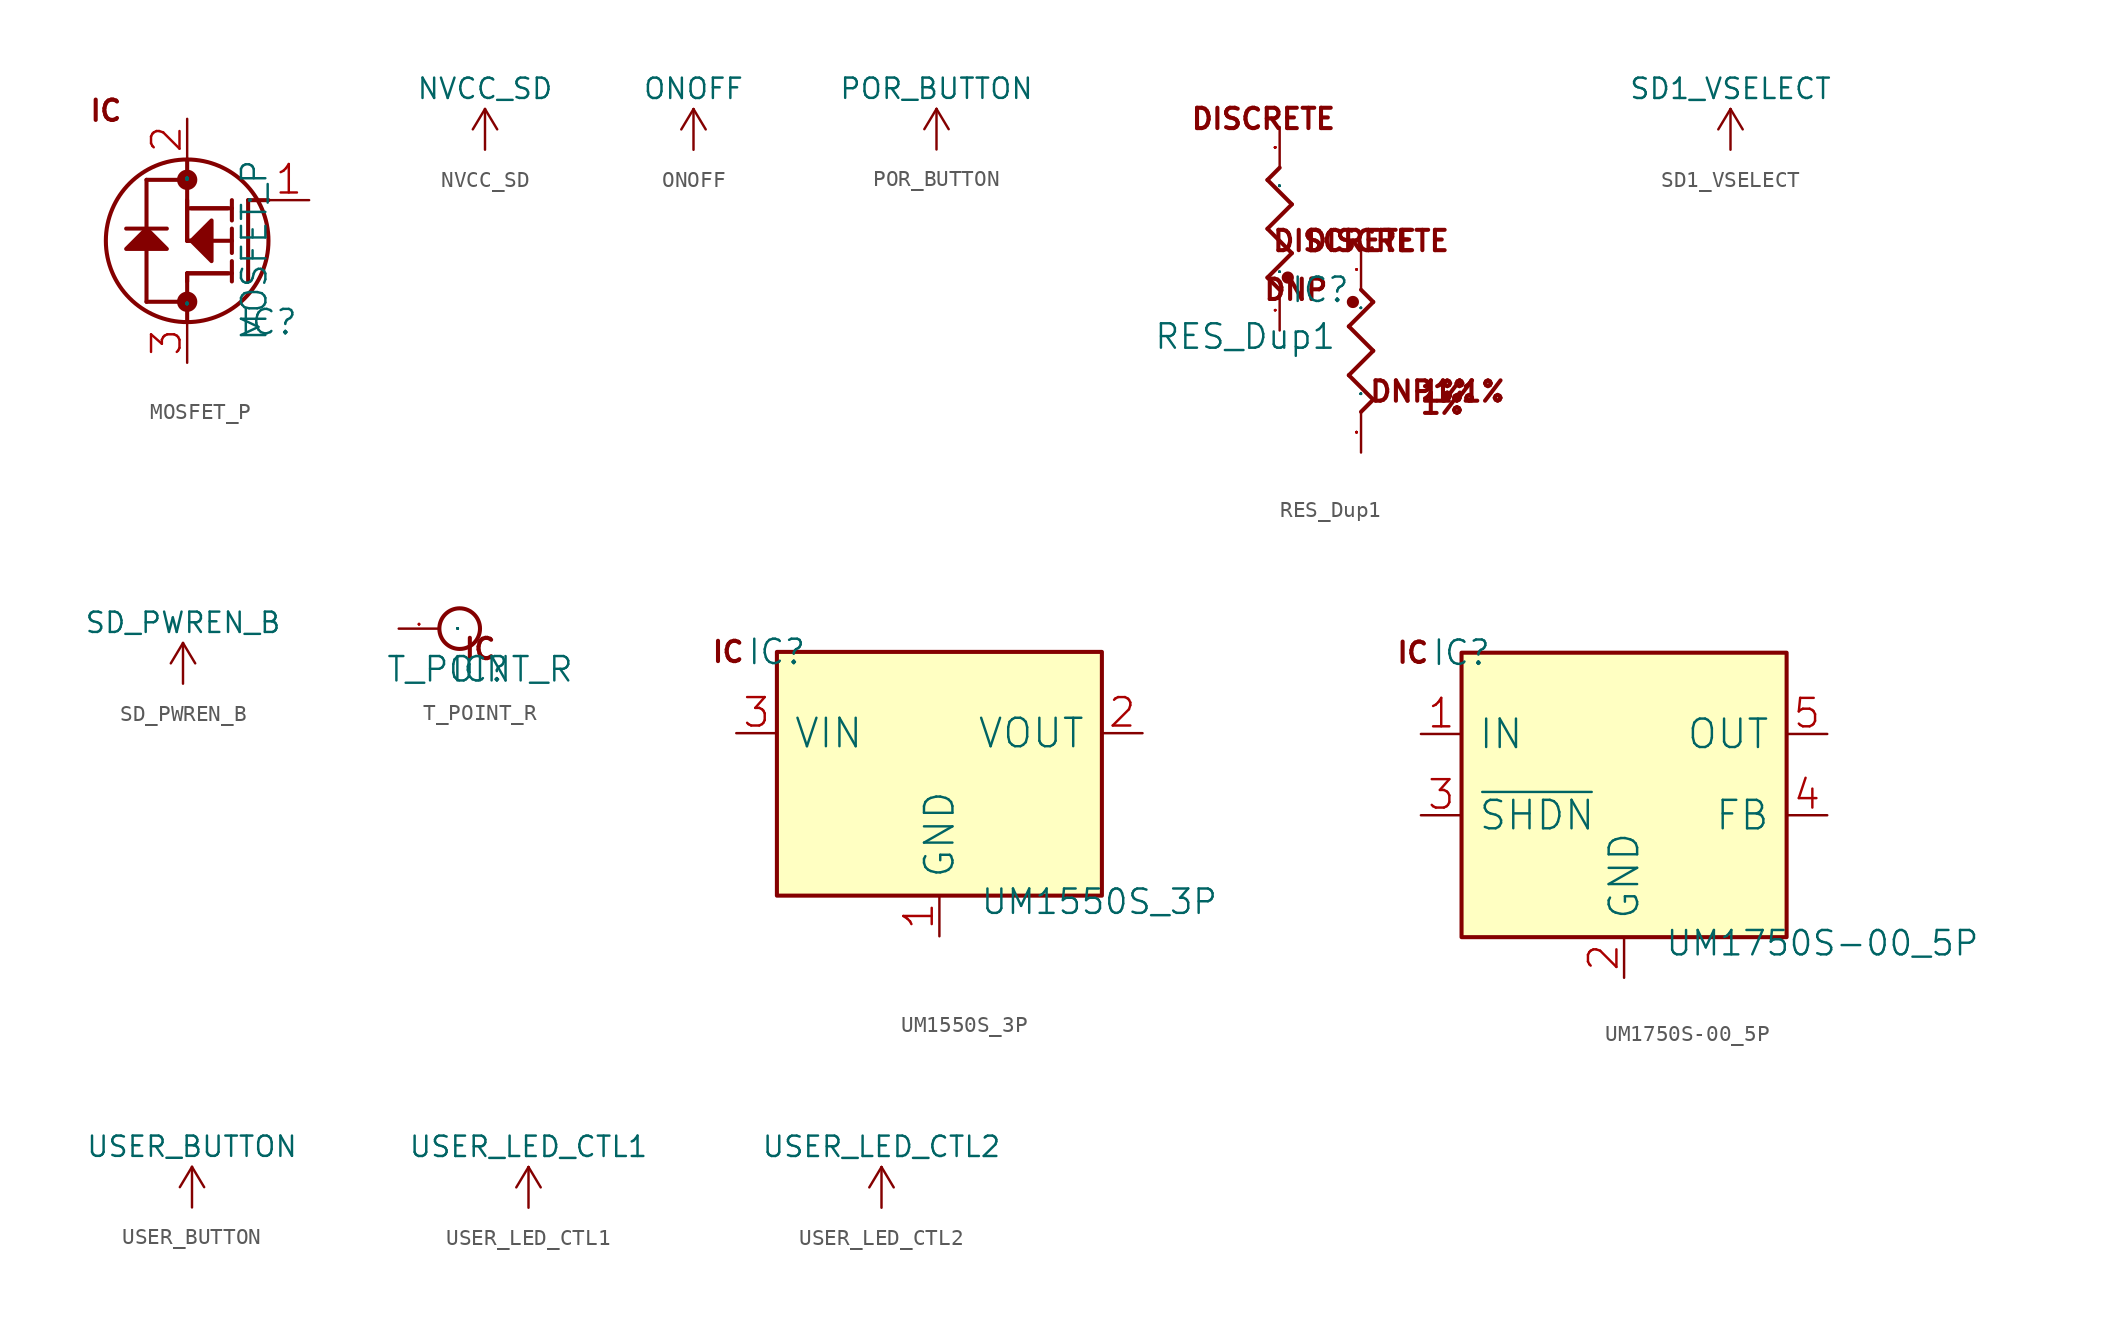
<source format=kicad_sym>
(kicad_symbol_lib
  (version 20220914)
  (generator kicad_symbol_editor)
  (symbol "MOSFET_P"
    (pin_names
      (offset 1.016))
    (property "Reference" "IC"
      (at 0 0 0)
      (effects (font (size 1.524 1.524))))
    (property "Value" "MOSFET_P"
      (at 0 -1.27 90)
      (effects (font (size 1.524 1.524)) (justify left bottom)))
    (property "Footprint" ""
      (at 0 0 0)
      (effects (font (size 1.524 1.524))))
    (property "Datasheet" ""
      (at 0 0 0)
      (effects (font (size 1.524 1.524))))
    (symbol "MOSFET_P_0_1"
      (circle (center -5.08 1.27) (radius 0.508) (stroke (width 0.254) (type solid)) (fill (type outline)))
      (circle (center -5.08 5.08) (radius 5.08) (stroke (width 0.254) (type solid)) (fill (type none)))
      (circle (center -5.08 8.89) (radius 0.508) (stroke (width 0.254) (type solid)) (fill (type outline)))
      (polyline (pts (xy -8.89 5.842) (xy -6.35 5.842)) (stroke (width 0.254) (type solid)) (fill (type none)))
      (polyline (pts (xy -7.62 1.27) (xy -7.62 4.572)) (stroke (width 0.254) (type solid)) (fill (type none)))
      (polyline (pts (xy -7.62 5.842) (xy -7.62 8.89)) (stroke (width 0.254) (type solid)) (fill (type none)))
      (polyline (pts (xy -5.08 0) (xy -5.08 3.048)) (stroke (width 0.254) (type solid)) (fill (type none)))
      (polyline (pts (xy -5.08 1.27) (xy -7.62 1.27)) (stroke (width 0.254) (type solid)) (fill (type none)))
      (polyline (pts (xy -5.08 2.54) (xy -5.08 3.048)) (stroke (width 0.254) (type solid)) (fill (type none)))
      (polyline (pts (xy -5.08 3.048) (xy -2.54 3.048)) (stroke (width 0.254) (type solid)) (fill (type none)))
      (polyline (pts (xy -5.08 3.048) (xy -2.286 3.048)) (stroke (width 0.254) (type solid)) (fill (type none)))
      (polyline (pts (xy -5.08 5.08) (xy -5.08 7.62)) (stroke (width 0.254) (type solid)) (fill (type none)))
      (polyline (pts (xy -5.08 5.08) (xy -5.08 10.16)) (stroke (width 0.254) (type solid)) (fill (type none)))
      (polyline (pts (xy -5.08 8.89) (xy -7.62 8.89)) (stroke (width 0.254) (type solid)) (fill (type none)))
      (polyline (pts (xy -4.064 5.08) (xy -5.08 5.08)) (stroke (width 0.254) (type solid)) (fill (type none)))
      (polyline (pts (xy -2.54 7.112) (xy -4.826 7.112)) (stroke (width 0.254) (type solid)) (fill (type none)))
      (polyline (pts (xy -2.286 2.54) (xy -2.286 3.81)) (stroke (width 0.254) (type solid)) (fill (type none)))
      (polyline (pts (xy -2.286 4.318) (xy -2.286 5.842)) (stroke (width 0.254) (type solid)) (fill (type none)))
      (polyline (pts (xy -2.286 5.08) (xy -5.08 5.08)) (stroke (width 0.254) (type solid)) (fill (type none)))
      (polyline (pts (xy -2.286 6.35) (xy -2.286 7.62)) (stroke (width 0.254) (type solid)) (fill (type none)))
      (polyline (pts (xy -2.286 7.112) (xy -5.08 7.112)) (stroke (width 0.254) (type solid)) (fill (type none)))
      (polyline (pts (xy -1.27 7.62) (xy -1.27 2.54)) (stroke (width 0.254) (type solid)) (fill (type none)))
      (polyline (pts (xy 0 7.62) (xy -1.27 7.62)) (stroke (width 0.254) (type solid)) (fill (type none)))
      (polyline (pts (xy -7.62 5.842) (xy -6.35 4.572) (xy -8.89 4.572) (xy -7.62 5.842) (xy -7.62 5.842)) (stroke (width 0.254) (type solid)) (fill (type outline)))
      (polyline (pts (xy -4.826 5.08) (xy -3.556 6.35) (xy -3.556 3.81) (xy -4.826 5.08) (xy -4.826 5.08)) (stroke (width 0.254) (type solid)) (fill (type outline)))
      (pin passive line (at 2.54 7.62 180) (length 2.54) (name "GATE" (effects (font (size 0.025 0.025)))) (number "1" (effects (font (size 1.778 1.778)))))
      (pin passive line (at -5.08 12.7 270) (length 2.54) (name "SOURCE" (effects (font (size 0.025 0.025)))) (number "2" (effects (font (size 1.778 1.778)))))
      (pin passive line (at -5.08 -2.54 90) (length 2.54) (name "DRAIN" (effects (font (size 0.025 0.025)))) (number "3" (effects (font (size 1.778 1.778))))))
    (symbol "MOSFET_P_1_1"
      (text "IC" (at -10.16 13.208 0) (effects (font (size 1.27 1.27) bold)))))
  (symbol "NVCC_SD"
    (power)
    (pin_names
      (offset 0))
    (property "Reference" "#PWR"
      (at 0 -3.81 0)
      (effects (font (size 1.27 1.27)) hide))
    (property "Value" "NVCC_SD"
      (at 0 3.81 0)
      (effects (font (size 1.27 1.27))))
    (property "Footprint" ""
      (at 0 0 0)
      (effects (font (size 1.524 1.524))))
    (property "Datasheet" ""
      (at 0 0 0)
      (effects (font (size 1.524 1.524))))
    (symbol "NVCC_SD_0_1"
      (polyline (pts (xy -0.762 1.27) (xy 0 2.54)) (stroke (width 0) (type solid)) (fill (type none)))
      (polyline (pts (xy 0 0) (xy 0 2.54)) (stroke (width 0) (type solid)) (fill (type none)))
      (polyline (pts (xy 0 2.54) (xy 0.762 1.27)) (stroke (width 0) (type solid)) (fill (type none))))
    (symbol "NVCC_SD_1_1"
      (pin power_in line (at 0 0 90) (length 0) hide (name "NVCC_SD" (effects (font (size 1.27 1.27)))) (number "1" (effects (font (size 1.27 1.27)))))))
  (symbol "ONOFF"
    (power)
    (pin_names
      (offset 0))
    (property "Reference" "#PWR"
      (at 0 -3.81 0)
      (effects (font (size 1.27 1.27)) hide))
    (property "Value" "ONOFF"
      (at 0 3.81 0)
      (effects (font (size 1.27 1.27))))
    (property "Footprint" ""
      (at 0 0 0)
      (effects (font (size 1.524 1.524))))
    (property "Datasheet" ""
      (at 0 0 0)
      (effects (font (size 1.524 1.524))))
    (symbol "ONOFF_0_1"
      (polyline (pts (xy -0.762 1.27) (xy 0 2.54)) (stroke (width 0) (type solid)) (fill (type none)))
      (polyline (pts (xy 0 0) (xy 0 2.54)) (stroke (width 0) (type solid)) (fill (type none)))
      (polyline (pts (xy 0 2.54) (xy 0.762 1.27)) (stroke (width 0) (type solid)) (fill (type none))))
    (symbol "ONOFF_1_1"
      (pin power_in line (at 0 0 90) (length 0) hide (name "ONOFF" (effects (font (size 1.27 1.27)))) (number "1" (effects (font (size 1.27 1.27)))))))
  (symbol "POR_BUTTON"
    (power)
    (pin_names
      (offset 0))
    (property "Reference" "#PWR"
      (at 0 -3.81 0)
      (effects (font (size 1.27 1.27)) hide))
    (property "Value" "POR_BUTTON"
      (at 0 3.81 0)
      (effects (font (size 1.27 1.27))))
    (property "Footprint" ""
      (at 0 0 0)
      (effects (font (size 1.524 1.524))))
    (property "Datasheet" ""
      (at 0 0 0)
      (effects (font (size 1.524 1.524))))
    (symbol "POR_BUTTON_0_1"
      (polyline (pts (xy -0.762 1.27) (xy 0 2.54)) (stroke (width 0) (type solid)) (fill (type none)))
      (polyline (pts (xy 0 0) (xy 0 2.54)) (stroke (width 0) (type solid)) (fill (type none)))
      (polyline (pts (xy 0 2.54) (xy 0.762 1.27)) (stroke (width 0) (type solid)) (fill (type none))))
    (symbol "POR_BUTTON_1_1"
      (pin power_in line (at 0 0 90) (length 0) hide (name "POR_BUTTON" (effects (font (size 1.27 1.27)))) (number "1" (effects (font (size 1.27 1.27)))))))
  (symbol "RES_Dup1"
    (pin_names
      (offset 1.016))
    (property "Reference" "IC"
      (at 0 0 0)
      (effects (font (size 1.524 1.524))))
    (property "Value" "RES_Dup1"
      (at -10.414 -3.81 0)
      (effects (font (size 1.524 1.524)) (justify left bottom)))
    (property "Footprint" ""
      (at 0 0 0)
      (effects (font (size 1.524 1.524))))
    (property "Datasheet" ""
      (at 0 0 0)
      (effects (font (size 1.524 1.524))))
    (symbol "RES_Dup1_0_1"
      (circle (center -2.032 0.762) (radius 0.254) (stroke (width 0.254) (type solid)) (fill (type outline)))
      (polyline (pts (xy -3.302 0.762) (xy -1.778 2.286)) (stroke (width 0.254) (type solid)) (fill (type none)))
      (polyline (pts (xy -3.302 3.81) (xy -1.778 5.334)) (stroke (width 0.254) (type solid)) (fill (type none)))
      (polyline (pts (xy -3.302 6.858) (xy -2.54 7.62)) (stroke (width 0.254) (type solid)) (fill (type none)))
      (polyline (pts (xy -2.54 0) (xy -3.302 0.762)) (stroke (width 0.254) (type solid)) (fill (type none)))
      (polyline (pts (xy -1.778 2.286) (xy -3.302 3.81)) (stroke (width 0.254) (type solid)) (fill (type none)))
      (polyline (pts (xy -1.778 5.334) (xy -3.302 6.858)) (stroke (width 0.254) (type solid)) (fill (type none)))
      (polyline (pts (xy 1.778 -5.334) (xy 3.302 -6.858)) (stroke (width 0.254) (type solid)) (fill (type none)))
      (polyline (pts (xy 1.778 -2.286) (xy 3.302 -3.81)) (stroke (width 0.254) (type solid)) (fill (type none)))
      (polyline (pts (xy 2.54 0) (xy 3.302 -0.762)) (stroke (width 0.254) (type solid)) (fill (type none)))
      (polyline (pts (xy 3.302 -6.858) (xy 2.54 -7.62)) (stroke (width 0.254) (type solid)) (fill (type none)))
      (polyline (pts (xy 3.302 -3.81) (xy 1.778 -5.334)) (stroke (width 0.254) (type solid)) (fill (type none)))
      (polyline (pts (xy 3.302 -0.762) (xy 1.778 -2.286)) (stroke (width 0.254) (type solid)) (fill (type none)))
      (circle (center 2.032 -0.762) (radius 0.254) (stroke (width 0.254) (type solid)) (fill (type outline)))
      (pin passive line (at -2.54 -2.54 90) (length 2.54) (name "1" (effects (font (size 0.025 0.025)))) (number "1" (effects (font (size 0.025 0.025)))))
      (pin passive line (at 2.54 2.54 270) (length 2.54) (name "1" (effects (font (size 0.025 0.025)))) (number "1" (effects (font (size 0.025 0.025)))))
      (pin passive line (at -2.54 10.16 270) (length 2.54) (name "2" (effects (font (size 0.025 0.025)))) (number "2" (effects (font (size 0.025 0.025)))))
      (pin passive line (at 2.54 -10.16 90) (length 2.54) (name "2" (effects (font (size 0.025 0.025)))) (number "2" (effects (font (size 0.025 0.025))))))
    (symbol "RES_Dup1_1_1"
      (text " " (at 5.08 -6.35 0) (effects (font (size 1.27 1.27) bold)))
      (text "1%" (at 7.62 -7.112 0) (effects (font (size 1.27 1.27) bold)))
      (text "1%" (at 7.62 -6.35 0) (effects (font (size 1.27 1.27) bold)))
      (text "1%" (at 8.382 -6.35 0) (effects (font (size 1.27 1.27) bold)))
      (text "1%" (at 10.16 -6.35 0) (effects (font (size 1.27 1.27) bold)))
      (text "DISCRETE" (at -3.556 10.668 0) (effects (font (size 1.27 1.27) bold)))
      (text "DISCRETE" (at 1.524 3.048 0) (effects (font (size 1.27 1.27) bold)))
      (text "DISCRETE" (at 3.556 3.048 0) (effects (font (size 1.27 1.27) bold)))
      (text "DNP" (at -1.524 0 0) (effects (font (size 1.27 1.27) bold)))
      (text "DNP" (at 5.08 -6.35 0) (effects (font (size 1.27 1.27) bold)))))
  (symbol "SD1_VSELECT"
    (power)
    (pin_names
      (offset 0))
    (property "Reference" "#PWR"
      (at 0 -3.81 0)
      (effects (font (size 1.27 1.27)) hide))
    (property "Value" "SD1_VSELECT"
      (at 0 3.81 0)
      (effects (font (size 1.27 1.27))))
    (property "Footprint" ""
      (at 0 0 0)
      (effects (font (size 1.524 1.524))))
    (property "Datasheet" ""
      (at 0 0 0)
      (effects (font (size 1.524 1.524))))
    (symbol "SD1_VSELECT_0_1"
      (polyline (pts (xy -0.762 1.27) (xy 0 2.54)) (stroke (width 0) (type solid)) (fill (type none)))
      (polyline (pts (xy 0 0) (xy 0 2.54)) (stroke (width 0) (type solid)) (fill (type none)))
      (polyline (pts (xy 0 2.54) (xy 0.762 1.27)) (stroke (width 0) (type solid)) (fill (type none))))
    (symbol "SD1_VSELECT_1_1"
      (pin power_in line (at 0 0 90) (length 0) hide (name "SD1_VSELECT" (effects (font (size 1.27 1.27)))) (number "1" (effects (font (size 1.27 1.27)))))))
  (symbol "SD_PWREN_B"
    (power)
    (pin_names
      (offset 0))
    (property "Reference" "#PWR"
      (at 0 -3.81 0)
      (effects (font (size 1.27 1.27)) hide))
    (property "Value" "SD_PWREN_B"
      (at 0 3.81 0)
      (effects (font (size 1.27 1.27))))
    (property "Footprint" ""
      (at 0 0 0)
      (effects (font (size 1.524 1.524))))
    (property "Datasheet" ""
      (at 0 0 0)
      (effects (font (size 1.524 1.524))))
    (symbol "SD_PWREN_B_0_1"
      (polyline (pts (xy -0.762 1.27) (xy 0 2.54)) (stroke (width 0) (type solid)) (fill (type none)))
      (polyline (pts (xy 0 0) (xy 0 2.54)) (stroke (width 0) (type solid)) (fill (type none)))
      (polyline (pts (xy 0 2.54) (xy 0.762 1.27)) (stroke (width 0) (type solid)) (fill (type none))))
    (symbol "SD_PWREN_B_1_1"
      (pin power_in line (at 0 0 90) (length 0) hide (name "SD_PWREN_B" (effects (font (size 1.27 1.27)))) (number "1" (effects (font (size 1.27 1.27)))))))
  (symbol "T_POINT_R"
    (pin_names
      (offset 1.016))
    (property "Reference" "IC"
      (at 0 0 0)
      (effects (font (size 1.524 1.524))))
    (property "Value" "T_POINT_R"
      (at 0 0 0)
      (effects (font (size 1.524 1.524))))
    (property "Footprint" ""
      (at 0 0 0)
      (effects (font (size 1.524 1.524))))
    (property "Datasheet" ""
      (at 0 0 0)
      (effects (font (size 1.524 1.524))))
    (symbol "T_POINT_R_0_1"
      (circle (center -1.27 2.54) (radius 1.27) (stroke (width 0.254) (type solid)) (fill (type none)))
      (pin passive line (at -5.08 2.54 0) (length 2.54) (name "TP" (effects (font (size 0.025 0.025)))) (number "1" (effects (font (size 0.025 0.025))))))
    (symbol "T_POINT_R_1_1"
      (text " " (at -1.27 0 0) (effects (font (size 1.27 1.27) bold)))
      (text "IC" (at 0 1.27 0) (effects (font (size 1.27 1.27) bold)))))
  (symbol "UM1550S_3P"
    (pin_names
      (offset 1.016))
    (property "Reference" "IC"
      (at 0 0 0)
      (effects (font (size 1.524 1.524))))
    (property "Value" "UM1550S_3P"
      (at 12.7 -16.51 0)
      (effects (font (size 1.524 1.524)) (justify left bottom)))
    (property "Footprint" ""
      (at 0 0 0)
      (effects (font (size 1.524 1.524))))
    (property "Datasheet" ""
      (at 0 0 0)
      (effects (font (size 1.524 1.524))))
    (symbol "UM1550S_3P_0_1"
      (rectangle (start 0 -15.24) (end 20.32 0) (stroke (width 0.254) (type solid)) (fill (type background)))
      (pin power_in line (at 10.16 -17.78 90) (length 2.54) (name "GND" (effects (font (size 1.778 1.778)))) (number "1" (effects (font (size 1.778 1.778)))))
      (pin power_in line (at 22.86 -5.08 180) (length 2.54) (name "VOUT" (effects (font (size 1.778 1.778)))) (number "2" (effects (font (size 1.778 1.778)))))
      (pin power_in line (at -2.54 -5.08 0) (length 2.54) (name "VIN" (effects (font (size 1.778 1.778)))) (number "3" (effects (font (size 1.778 1.778))))))
    (symbol "UM1550S_3P_1_1"
      (text " " (at 12.7 -19.05 0) (effects (font (size 1.27 1.27) bold)))
      (text "IC" (at -3.048 0 0) (effects (font (size 1.27 1.27) bold)))))
  (symbol "UM1750S-00_5P"
    (pin_names
      (offset 1.016))
    (property "Reference" "IC"
      (at 0 0 0)
      (effects (font (size 1.524 1.524))))
    (property "Value" "UM1750S-00_5P"
      (at 12.7 -19.05 0)
      (effects (font (size 1.524 1.524)) (justify left bottom)))
    (property "Footprint" ""
      (at 0 0 0)
      (effects (font (size 1.524 1.524))))
    (property "Datasheet" ""
      (at 0 0 0)
      (effects (font (size 1.524 1.524))))
    (symbol "UM1750S-00_5P_0_1"
      (rectangle (start 0 -17.78) (end 20.32 0) (stroke (width 0.254) (type solid)) (fill (type background)))
      (pin power_in line (at -2.54 -5.08 0) (length 2.54) (name "IN" (effects (font (size 1.778 1.778)))) (number "1" (effects (font (size 1.778 1.778)))))
      (pin power_in line (at 10.16 -20.32 90) (length 2.54) (name "GND" (effects (font (size 1.778 1.778)))) (number "2" (effects (font (size 1.778 1.778)))))
      (pin input line (at -2.54 -10.16 0) (length 2.54) (name "~{SHDN}" (effects (font (size 1.778 1.778)))) (number "3" (effects (font (size 1.778 1.778)))))
      (pin input line (at 22.86 -10.16 180) (length 2.54) (name "FB" (effects (font (size 1.778 1.778)))) (number "4" (effects (font (size 1.778 1.778)))))
      (pin power_in line (at 22.86 -5.08 180) (length 2.54) (name "OUT" (effects (font (size 1.778 1.778)))) (number "5" (effects (font (size 1.778 1.778))))))
    (symbol "UM1750S-00_5P_1_1"
      (text "IC" (at -3.048 0 0) (effects (font (size 1.27 1.27) bold)))))
  (symbol "USER_BUTTON"
    (power)
    (pin_names
      (offset 0))
    (property "Reference" "#PWR"
      (at 0 -3.81 0)
      (effects (font (size 1.27 1.27)) hide))
    (property "Value" "USER_BUTTON"
      (at 0 3.81 0)
      (effects (font (size 1.27 1.27))))
    (property "Footprint" ""
      (at 0 0 0)
      (effects (font (size 1.524 1.524))))
    (property "Datasheet" ""
      (at 0 0 0)
      (effects (font (size 1.524 1.524))))
    (symbol "USER_BUTTON_0_1"
      (polyline (pts (xy -0.762 1.27) (xy 0 2.54)) (stroke (width 0) (type solid)) (fill (type none)))
      (polyline (pts (xy 0 0) (xy 0 2.54)) (stroke (width 0) (type solid)) (fill (type none)))
      (polyline (pts (xy 0 2.54) (xy 0.762 1.27)) (stroke (width 0) (type solid)) (fill (type none))))
    (symbol "USER_BUTTON_1_1"
      (pin power_in line (at 0 0 90) (length 0) hide (name "USER_BUTTON" (effects (font (size 1.27 1.27)))) (number "1" (effects (font (size 1.27 1.27)))))))
  (symbol "USER_LED_CTL1"
    (power)
    (pin_names
      (offset 0))
    (property "Reference" "#PWR"
      (at 0 -3.81 0)
      (effects (font (size 1.27 1.27)) hide))
    (property "Value" "USER_LED_CTL1"
      (at 0 3.81 0)
      (effects (font (size 1.27 1.27))))
    (property "Footprint" ""
      (at 0 0 0)
      (effects (font (size 1.524 1.524))))
    (property "Datasheet" ""
      (at 0 0 0)
      (effects (font (size 1.524 1.524))))
    (symbol "USER_LED_CTL1_0_1"
      (polyline (pts (xy -0.762 1.27) (xy 0 2.54)) (stroke (width 0) (type solid)) (fill (type none)))
      (polyline (pts (xy 0 0) (xy 0 2.54)) (stroke (width 0) (type solid)) (fill (type none)))
      (polyline (pts (xy 0 2.54) (xy 0.762 1.27)) (stroke (width 0) (type solid)) (fill (type none))))
    (symbol "USER_LED_CTL1_1_1"
      (pin power_in line (at 0 0 90) (length 0) hide (name "USER_LED_CTL1" (effects (font (size 1.27 1.27)))) (number "1" (effects (font (size 1.27 1.27)))))))
  (symbol "USER_LED_CTL2"
    (power)
    (pin_names
      (offset 0))
    (property "Reference" "#PWR"
      (at 0 -3.81 0)
      (effects (font (size 1.27 1.27)) hide))
    (property "Value" "USER_LED_CTL2"
      (at 0 3.81 0)
      (effects (font (size 1.27 1.27))))
    (property "Footprint" ""
      (at 0 0 0)
      (effects (font (size 1.524 1.524))))
    (property "Datasheet" ""
      (at 0 0 0)
      (effects (font (size 1.524 1.524))))
    (symbol "USER_LED_CTL2_0_1"
      (polyline (pts (xy -0.762 1.27) (xy 0 2.54)) (stroke (width 0) (type solid)) (fill (type none)))
      (polyline (pts (xy 0 0) (xy 0 2.54)) (stroke (width 0) (type solid)) (fill (type none)))
      (polyline (pts (xy 0 2.54) (xy 0.762 1.27)) (stroke (width 0) (type solid)) (fill (type none))))
    (symbol "USER_LED_CTL2_1_1"
      (pin power_in line (at 0 0 90) (length 0) hide (name "USER_LED_CTL2" (effects (font (size 1.27 1.27)))) (number "1" (effects (font (size 1.27 1.27))))))))
</source>
